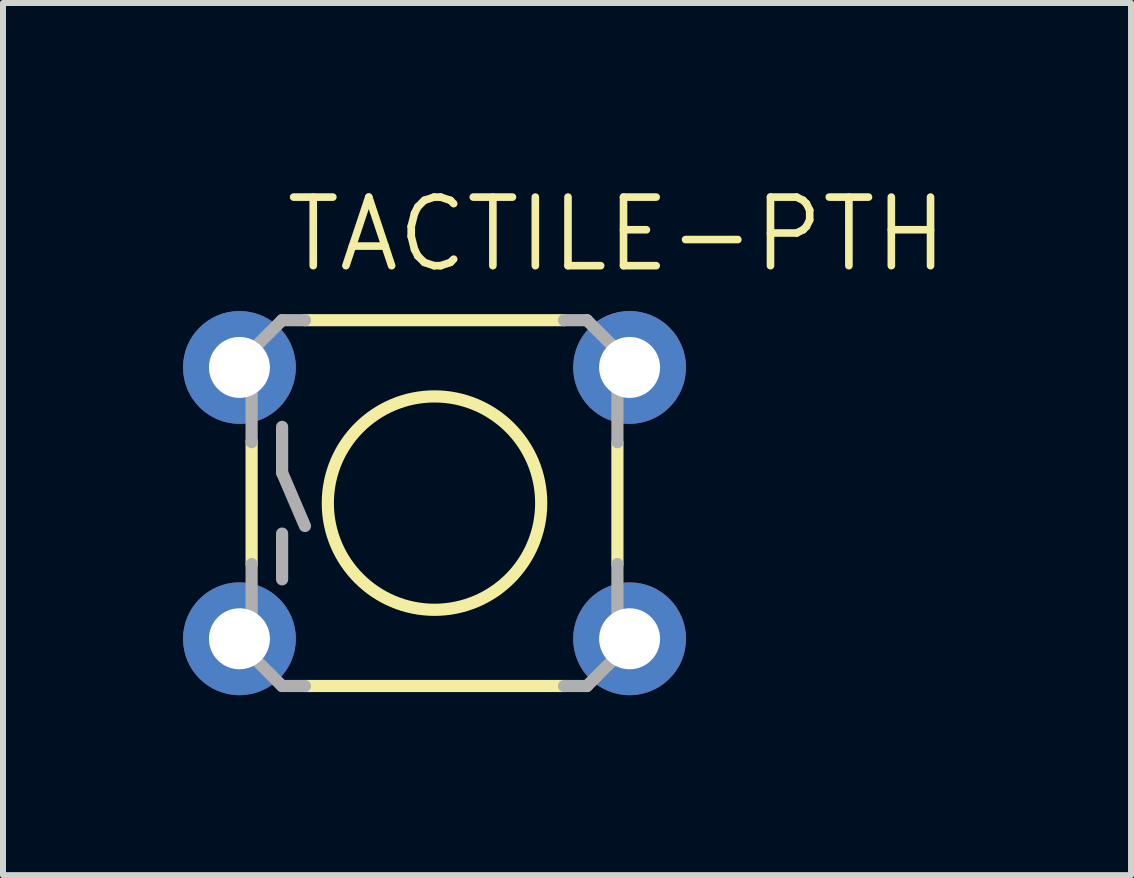
<source format=kicad_pcb>
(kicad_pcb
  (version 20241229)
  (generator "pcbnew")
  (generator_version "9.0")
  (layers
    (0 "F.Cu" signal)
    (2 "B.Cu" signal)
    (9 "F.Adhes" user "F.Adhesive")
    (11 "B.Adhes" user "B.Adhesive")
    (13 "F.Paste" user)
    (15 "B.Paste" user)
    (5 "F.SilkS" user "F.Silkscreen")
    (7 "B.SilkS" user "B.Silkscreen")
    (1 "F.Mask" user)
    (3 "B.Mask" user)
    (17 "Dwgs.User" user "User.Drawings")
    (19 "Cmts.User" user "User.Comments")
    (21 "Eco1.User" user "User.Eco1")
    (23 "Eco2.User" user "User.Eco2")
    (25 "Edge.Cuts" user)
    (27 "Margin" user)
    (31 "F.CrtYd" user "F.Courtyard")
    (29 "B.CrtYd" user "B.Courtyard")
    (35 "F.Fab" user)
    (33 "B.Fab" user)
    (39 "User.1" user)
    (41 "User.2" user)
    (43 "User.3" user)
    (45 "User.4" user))
  (footprint "TACTILE-PTH"
    (layer "F.Cu")
    (at 4.191 5.334)
    (property "Reference" "TACTILE-PTH" (at -2.54 -3.81 0) (unlocked yes) (layer "F.SilkS") (effects (font (size 1.143 1.143) (thickness 0.127)) (justify left bottom)))
    (fp_line (start -3.048 -1.028) (end -3.048 1.016) (stroke (width 0.203) (type solid)) (layer "F.SilkS"))
    (fp_line (start -2.159 3.048) (end 2.159 3.048) (stroke (width 0.203) (type solid)) (layer "F.SilkS"))
    (fp_line (start 2.159 -3.048) (end -2.159 -3.048) (stroke (width 0.203) (type solid)) (layer "F.SilkS"))
    (fp_line (start 3.048 -0.998) (end 3.048 1.016) (stroke (width 0.203) (type solid)) (layer "F.SilkS"))
    (fp_circle (center 0 0) (end 1.778 0) (stroke (width 0.203) (type solid)) (fill no) (layer "F.SilkS"))
    (fp_line (start -3.048 -2.54) (end -3.048 -1.016) (stroke (width 0.203) (type solid)) (layer "F.Fab"))
    (fp_line (start -3.048 2.54) (end -3.048 1.016) (stroke (width 0.203) (type solid)) (layer "F.Fab"))
    (fp_line (start -2.54 -3.048) (end -3.048 -2.54) (stroke (width 0.203) (type solid)) (layer "F.Fab"))
    (fp_line (start -2.54 -3.048) (end -2.159 -3.048) (stroke (width 0.203) (type solid)) (layer "F.Fab"))
    (fp_line (start -2.54 -1.27) (end -2.54 -0.508) (stroke (width 0.203) (type solid)) (layer "F.Fab"))
    (fp_line (start -2.54 -0.508) (end -2.159 0.381) (stroke (width 0.203) (type solid)) (layer "F.Fab"))
    (fp_line (start -2.54 0.508) (end -2.54 1.27) (stroke (width 0.203) (type solid)) (layer "F.Fab"))
    (fp_line (start -2.54 3.048) (end -3.048 2.54) (stroke (width 0.203) (type solid)) (layer "F.Fab"))
    (fp_line (start -2.54 3.048) (end -2.159 3.048) (stroke (width 0.203) (type solid)) (layer "F.Fab"))
    (fp_line (start 2.54 -3.048) (end 2.159 -3.048) (stroke (width 0.203) (type solid)) (layer "F.Fab"))
    (fp_line (start 2.54 3.048) (end 2.159 3.048) (stroke (width 0.203) (type solid)) (layer "F.Fab"))
    (fp_line (start 2.54 3.048) (end 3.048 2.54) (stroke (width 0.203) (type solid)) (layer "F.Fab"))
    (fp_line (start 3.048 -2.54) (end 2.54 -3.048) (stroke (width 0.203) (type solid)) (layer "F.Fab"))
    (fp_line (start 3.048 -1.016) (end 3.048 -2.54) (stroke (width 0.203) (type solid)) (layer "F.Fab"))
    (fp_line (start 3.048 2.54) (end 3.048 1.016) (stroke (width 0.203) (type solid)) (layer "F.Fab"))
    (pad "1" thru_hole circle (at -3.251 -2.261) (size 1.88 1.88) (drill 1.016) (layers "*.Cu" "*.Mask"))
    (pad "2" thru_hole circle (at 3.251 -2.261) (size 1.88 1.88) (drill 1.016) (layers "*.Cu" "*.Mask"))
    (pad "3" thru_hole circle (at -3.251 2.261) (size 1.88 1.88) (drill 1.016) (layers "*.Cu" "*.Mask"))
    (pad "4" thru_hole circle (at 3.251 2.261) (size 1.88 1.88) (drill 1.016) (layers "*.Cu" "*.Mask")))
  (gr_rect
    (start -3 -3)
    (end 15.798 11.534)
    (stroke (width 0.1) (type default))
    (fill no)
    (layer "Edge.Cuts")))
</source>
